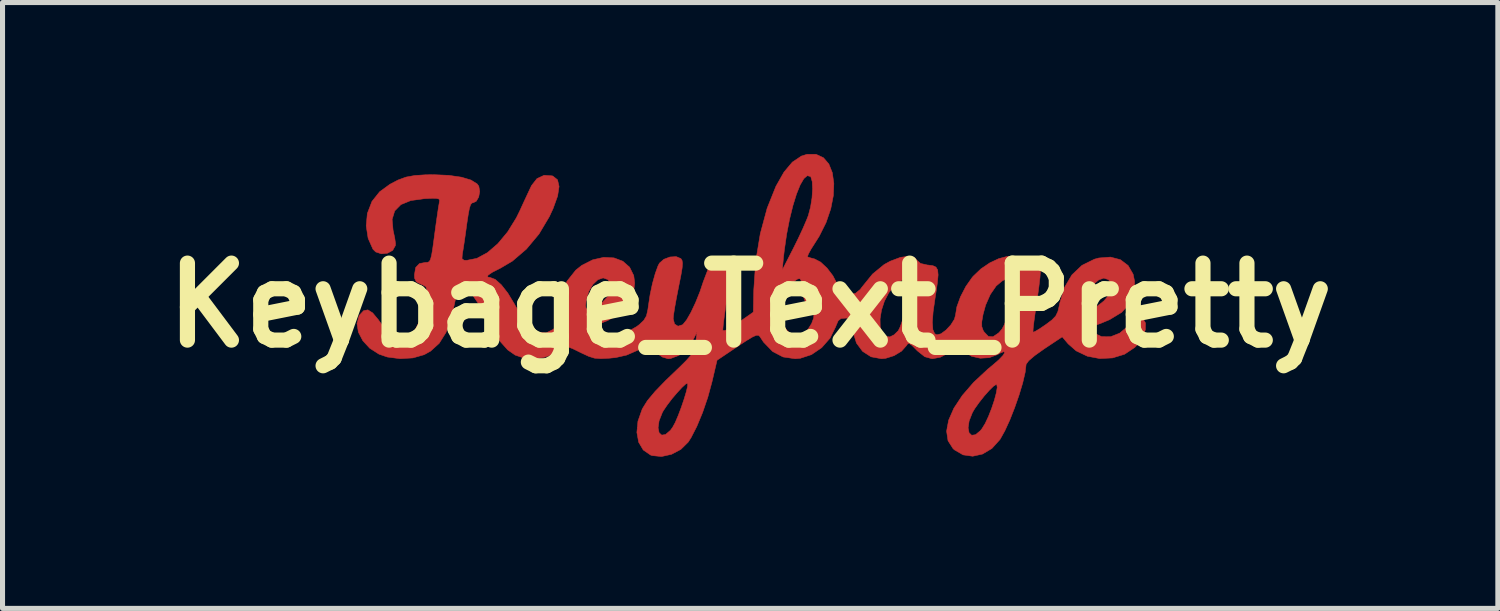
<source format=kicad_pcb>
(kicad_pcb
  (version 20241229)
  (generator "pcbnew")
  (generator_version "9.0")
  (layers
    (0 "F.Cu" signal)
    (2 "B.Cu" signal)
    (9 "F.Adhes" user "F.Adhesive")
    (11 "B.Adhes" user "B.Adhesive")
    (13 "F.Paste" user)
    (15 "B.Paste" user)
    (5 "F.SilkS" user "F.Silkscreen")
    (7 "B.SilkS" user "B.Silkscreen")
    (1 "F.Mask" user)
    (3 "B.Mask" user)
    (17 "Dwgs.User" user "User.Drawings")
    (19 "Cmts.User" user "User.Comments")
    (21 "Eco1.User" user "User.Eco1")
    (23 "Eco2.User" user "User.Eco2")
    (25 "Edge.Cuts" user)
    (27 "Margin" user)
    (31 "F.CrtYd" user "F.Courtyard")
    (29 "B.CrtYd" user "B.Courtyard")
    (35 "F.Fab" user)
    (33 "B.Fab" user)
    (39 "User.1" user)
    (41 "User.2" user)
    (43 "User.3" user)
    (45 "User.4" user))
  (footprint "Keybage_Text_Pretty"
    (layer "F.Cu")
    (at 11.8 2.993)
    (property "Reference" "Keybage_Text_Pretty" (at 0 0 0) (layer "F.SilkS") (effects (font (size 1.524 1.524) (thickness 0.3))))
    (attr through_hole)
    (fp_poly (pts (xy 1.45 -2.921) (xy 1.557 -2.797) (xy 1.626 -2.624) (xy 1.656 -2.412) (xy 1.646 -2.171) (xy 1.595 -1.91) (xy 1.502 -1.638) (xy 1.366 -1.366) (xy 1.289 -1.244) (xy 1.207 -1.115) (xy 1.152 -1.015) (xy 1.134 -0.962) (xy 1.136 -0.958) (xy 1.195 -0.938) (xy 1.275 -0.917) (xy 1.394 -0.855) (xy 1.521 -0.737) (xy 1.636 -0.587) (xy 1.718 -0.43) (xy 1.737 -0.37) (xy 1.77 -0.258) (xy 1.808 -0.208) (xy 1.88 -0.199) (xy 1.95 -0.205) (xy 2.084 -0.236) (xy 2.179 -0.314) (xy 2.208 -0.354) (xy 2.422 -0.618) (xy 2.651 -0.806) (xy 2.773 -0.873) (xy 2.975 -0.949) (xy 3.139 -0.971) (xy 3.256 -0.94) (xy 3.301 -0.891) (xy 3.372 -0.828) (xy 3.508 -0.797) (xy 3.524 -0.796) (xy 3.616 -0.784) (xy 3.677 -0.756) (xy 3.711 -0.699) (xy 3.72 -0.601) (xy 3.706 -0.448) (xy 3.674 -0.228) (xy 3.662 -0.154) (xy 3.621 0.13) (xy 3.606 0.34) (xy 3.616 0.482) (xy 3.652 0.562) (xy 3.695 0.585) (xy 3.777 0.564) (xy 3.877 0.49) (xy 3.972 0.388) (xy 4.01 0.328) (xy 4.584 0.328) (xy 4.585 0.423) (xy 4.612 0.498) (xy 4.631 0.528) (xy 4.715 0.616) (xy 4.806 0.623) (xy 4.914 0.55) (xy 4.931 0.534) (xy 4.987 0.466) (xy 5.034 0.378) (xy 5.076 0.254) (xy 5.119 0.079) (xy 5.167 -0.162) (xy 5.178 -0.222) (xy 5.208 -0.402) (xy 5.211 -0.508) (xy 5.182 -0.552) (xy 5.113 -0.542) (xy 4.998 -0.488) (xy 4.995 -0.487) (xy 4.869 -0.382) (xy 4.753 -0.214) (xy 4.66 -0.003) (xy 4.609 0.183) (xy 4.584 0.328) (xy 4.01 0.328) (xy 4.042 0.278) (xy 4.064 0.196) (xy 4.091 0.031) (xy 4.163 -0.168) (xy 4.268 -0.371) (xy 4.393 -0.549) (xy 4.413 -0.573) (xy 4.568 -0.721) (xy 4.742 -0.839) (xy 4.92 -0.923) (xy 5.084 -0.966) (xy 5.222 -0.965) (xy 5.317 -0.914) (xy 5.334 -0.889) (xy 5.394 -0.829) (xy 5.504 -0.805) (xy 5.548 -0.804) (xy 5.684 -0.787) (xy 5.743 -0.739) (xy 5.745 -0.675) (xy 5.736 -0.545) (xy 5.715 -0.366) (xy 5.686 -0.154) (xy 5.675 -0.079) (xy 5.643 0.135) (xy 5.618 0.317) (xy 5.602 0.452) (xy 5.598 0.525) (xy 5.599 0.533) (xy 5.639 0.519) (xy 5.728 0.466) (xy 5.847 0.385) (xy 5.848 0.385) (xy 5.974 0.29) (xy 6.048 0.213) (xy 6.091 0.123) (xy 6.122 -0.008) (xy 6.128 -0.042) (xy 6.13 -0.048) (xy 6.646 -0.048) (xy 6.655 0.047) (xy 6.686 0.074) (xy 6.713 0.068) (xy 6.793 0.045) (xy 6.818 0.042) (xy 6.869 0.017) (xy 6.957 -0.049) (xy 7.005 -0.089) (xy 7.113 -0.218) (xy 7.156 -0.348) (xy 7.13 -0.462) (xy 7.09 -0.509) (xy 6.999 -0.538) (xy 6.896 -0.501) (xy 6.795 -0.414) (xy 6.711 -0.291) (xy 6.658 -0.147) (xy 6.646 -0.048) (xy 6.13 -0.048) (xy 6.22 -0.35) (xy 6.368 -0.601) (xy 6.567 -0.79) (xy 6.813 -0.912) (xy 6.901 -0.936) (xy 7.132 -0.954) (xy 7.329 -0.902) (xy 7.481 -0.787) (xy 7.58 -0.616) (xy 7.61 -0.473) (xy 7.598 -0.236) (xy 7.513 -0.033) (xy 7.353 0.14) (xy 7.114 0.285) (xy 6.937 0.359) (xy 6.679 0.452) (xy 6.795 0.544) (xy 6.957 0.621) (xy 7.134 0.623) (xy 7.314 0.552) (xy 7.481 0.412) (xy 7.499 0.391) (xy 7.605 0.278) (xy 7.684 0.23) (xy 7.749 0.24) (xy 7.77 0.256) (xy 7.825 0.351) (xy 7.822 0.484) (xy 7.766 0.634) (xy 7.663 0.782) (xy 7.613 0.834) (xy 7.411 0.969) (xy 7.173 1.042) (xy 6.921 1.055) (xy 6.674 1.008) (xy 6.452 0.902) (xy 6.294 0.763) (xy 6.177 0.625) (xy 5.819 0.863) (xy 5.635 0.994) (xy 5.514 1.097) (xy 5.462 1.168) (xy 5.461 1.178) (xy 5.443 1.329) (xy 5.395 1.535) (xy 5.323 1.775) (xy 5.235 2.027) (xy 5.139 2.271) (xy 5.041 2.485) (xy 4.95 2.648) (xy 4.941 2.661) (xy 4.784 2.835) (xy 4.599 2.945) (xy 4.405 2.988) (xy 4.214 2.961) (xy 4.043 2.862) (xy 4.015 2.836) (xy 3.916 2.681) (xy 3.888 2.492) (xy 3.9 2.426) (xy 4.314 2.426) (xy 4.333 2.524) (xy 4.384 2.573) (xy 4.461 2.562) (xy 4.558 2.481) (xy 4.587 2.445) (xy 4.651 2.341) (xy 4.717 2.2) (xy 4.78 2.039) (xy 4.834 1.878) (xy 4.872 1.734) (xy 4.89 1.625) (xy 4.881 1.57) (xy 4.873 1.566) (xy 4.82 1.598) (xy 4.735 1.681) (xy 4.633 1.796) (xy 4.531 1.925) (xy 4.443 2.049) (xy 4.398 2.126) (xy 4.334 2.29) (xy 4.314 2.426) (xy 3.9 2.426) (xy 3.928 2.275) (xy 4.032 2.038) (xy 4.199 1.785) (xy 4.423 1.526) (xy 4.704 1.264) (xy 4.8 1.185) (xy 4.925 1.077) (xy 5.006 0.991) (xy 5.039 0.935) (xy 5.02 0.918) (xy 4.945 0.948) (xy 4.9 0.974) (xy 4.735 1.037) (xy 4.554 1.048) (xy 4.384 1.01) (xy 4.25 0.928) (xy 4.2 0.864) (xy 4.17 0.832) (xy 4.12 0.836) (xy 4.033 0.881) (xy 3.957 0.928) (xy 3.763 1.029) (xy 3.601 1.059) (xy 3.455 1.018) (xy 3.311 0.903) (xy 3.297 0.889) (xy 3.204 0.795) (xy 3.149 0.756) (xy 3.116 0.765) (xy 3.092 0.8) (xy 2.996 0.908) (xy 2.849 0.997) (xy 2.682 1.05) (xy 2.599 1.058) (xy 2.393 1.02) (xy 2.225 0.912) (xy 2.103 0.747) (xy 2.039 0.536) (xy 2.032 0.428) (xy 2.028 0.317) (xy 2.003 0.271) (xy 2.571 0.271) (xy 2.574 0.425) (xy 2.609 0.545) (xy 2.679 0.616) (xy 2.765 0.626) (xy 2.848 0.585) (xy 2.932 0.503) (xy 2.933 0.501) (xy 2.969 0.427) (xy 3.014 0.298) (xy 3.063 0.133) (xy 3.111 -0.048) (xy 3.154 -0.225) (xy 3.186 -0.38) (xy 3.202 -0.492) (xy 3.198 -0.541) (xy 3.136 -0.55) (xy 3.036 -0.516) (xy 2.925 -0.449) (xy 2.858 -0.392) (xy 2.744 -0.249) (xy 2.657 -0.081) (xy 2.599 0.097) (xy 2.571 0.271) (xy 2.003 0.271) (xy 2.002 0.268) (xy 1.934 0.254) (xy 1.891 0.254) (xy 1.797 0.263) (xy 1.742 0.306) (xy 1.699 0.406) (xy 1.694 0.421) (xy 1.582 0.649) (xy 1.415 0.839) (xy 1.213 0.977) (xy 0.99 1.05) (xy 0.889 1.058) (xy 0.65 1.023) (xy 0.444 0.915) (xy 0.265 0.73) (xy 0.191 0.618) (xy 0.164 0.593) (xy 0.121 0.594) (xy 0.048 0.626) (xy -0.067 0.695) (xy -0.238 0.807) (xy -0.254 0.818) (xy -0.656 1.088) (xy -0.756 1.515) (xy -0.839 1.821) (xy -0.942 2.122) (xy -1.056 2.397) (xy -1.171 2.621) (xy -1.227 2.709) (xy -1.372 2.852) (xy -1.557 2.95) (xy -1.755 2.994) (xy -1.942 2.975) (xy -1.973 2.964) (xy -2.117 2.864) (xy -2.208 2.71) (xy -2.243 2.516) (xy -2.234 2.426) (xy -1.823 2.426) (xy -1.803 2.523) (xy -1.752 2.57) (xy -1.675 2.558) (xy -1.58 2.476) (xy -1.535 2.415) (xy -1.485 2.323) (xy -1.426 2.185) (xy -1.365 2.024) (xy -1.309 1.859) (xy -1.264 1.71) (xy -1.238 1.598) (xy -1.237 1.543) (xy -1.238 1.542) (xy -1.276 1.558) (xy -1.35 1.626) (xy -1.445 1.729) (xy -1.548 1.85) (xy -1.643 1.975) (xy -1.717 2.084) (xy -1.739 2.123) (xy -1.804 2.289) (xy -1.823 2.426) (xy -2.234 2.426) (xy -2.222 2.295) (xy -2.14 2.062) (xy -2.128 2.038) (xy -2.033 1.886) (xy -1.882 1.705) (xy -1.67 1.486) (xy -1.56 1.381) (xy -1.384 1.212) (xy -1.26 1.088) (xy -1.178 0.995) (xy -1.127 0.919) (xy -1.1 0.848) (xy -1.084 0.768) (xy -1.08 0.741) (xy -1.051 0.529) (xy -1.143 0.708) (xy -1.261 0.872) (xy -1.413 0.993) (xy -1.576 1.054) (xy -1.626 1.058) (xy -1.738 1.025) (xy -1.854 0.944) (xy -1.938 0.843) (xy -1.952 0.81) (xy -1.991 0.795) (xy -2.086 0.823) (xy -2.231 0.892) (xy -2.446 0.986) (xy -2.662 1.035) (xy -2.792 1.048) (xy -2.959 1.056) (xy -3.081 1.047) (xy -3.196 1.011) (xy -3.342 0.943) (xy -3.367 0.931) (xy -3.511 0.86) (xy -3.601 0.825) (xy -3.658 0.823) (xy -3.703 0.848) (xy -3.716 0.86) (xy -3.875 0.961) (xy -4.08 1.031) (xy -4.293 1.058) (xy -4.297 1.058) (xy -4.487 1.042) (xy -4.652 0.986) (xy -4.801 0.882) (xy -4.944 0.721) (xy -5.092 0.496) (xy -5.235 0.233) (xy -5.386 -0.042) (xy -5.518 -0.235) (xy -5.631 -0.347) (xy -5.719 -0.381) (xy -5.762 -0.362) (xy -5.796 -0.294) (xy -5.827 -0.162) (xy -5.839 -0.095) (xy -5.917 0.259) (xy -6.022 0.539) (xy -6.156 0.753) (xy -6.326 0.907) (xy -6.453 0.978) (xy -6.676 1.042) (xy -6.932 1.057) (xy -7.184 1.024) (xy -7.347 0.968) (xy -7.53 0.851) (xy -7.669 0.7) (xy -7.756 0.532) (xy -7.783 0.363) (xy -7.742 0.21) (xy -7.73 0.191) (xy -7.651 0.106) (xy -7.568 0.091) (xy -7.473 0.151) (xy -7.359 0.288) (xy -7.327 0.333) (xy -7.219 0.484) (xy -7.131 0.574) (xy -7.042 0.62) (xy -6.933 0.634) (xy -6.895 0.635) (xy -6.75 0.595) (xy -6.627 0.474) (xy -6.526 0.272) (xy -6.447 -0.012) (xy -6.414 -0.196) (xy -6.401 -0.308) (xy -6.419 -0.367) (xy -6.481 -0.403) (xy -6.516 -0.416) (xy -6.608 -0.462) (xy -6.643 -0.535) (xy -6.646 -0.603) (xy -6.622 -0.747) (xy -6.547 -0.826) (xy -6.433 -0.847) (xy -6.386 -0.849) (xy -6.353 -0.865) (xy -6.328 -0.909) (xy -6.306 -0.994) (xy -6.283 -1.133) (xy -6.255 -1.34) (xy -6.249 -1.386) (xy -6.22 -1.6) (xy -6.193 -1.79) (xy -6.171 -1.938) (xy -6.156 -2.023) (xy -6.156 -2.026) (xy -6.148 -2.077) (xy -6.164 -2.105) (xy -6.219 -2.117) (xy -6.33 -2.116) (xy -6.452 -2.11) (xy -6.719 -2.073) (xy -6.914 -1.993) (xy -7.037 -1.868) (xy -7.088 -1.699) (xy -7.069 -1.485) (xy -7.065 -1.468) (xy -7.036 -1.332) (xy -7.021 -1.224) (xy -7.022 -1.185) (xy -7.076 -1.088) (xy -7.179 -1.031) (xy -7.301 -1.019) (xy -7.413 -1.056) (xy -7.468 -1.111) (xy -7.563 -1.326) (xy -7.601 -1.573) (xy -7.578 -1.82) (xy -7.577 -1.821) (xy -7.487 -2.056) (xy -7.335 -2.247) (xy -7.132 -2.395) (xy -6.97 -2.48) (xy -6.815 -2.537) (xy -6.641 -2.569) (xy -6.425 -2.583) (xy -6.265 -2.585) (xy -5.966 -2.572) (xy -5.717 -2.536) (xy -5.527 -2.479) (xy -5.405 -2.403) (xy -5.372 -2.357) (xy -5.354 -2.253) (xy -5.374 -2.144) (xy -5.422 -2.06) (xy -5.478 -2.032) (xy -5.509 -2.024) (xy -5.535 -1.991) (xy -5.558 -1.92) (xy -5.581 -1.798) (xy -5.609 -1.614) (xy -5.63 -1.46) (xy -5.655 -1.284) (xy -5.679 -1.126) (xy -5.697 -1.017) (xy -5.699 -1.005) (xy -5.705 -0.922) (xy -5.665 -0.892) (xy -5.612 -0.889) (xy -5.41 -0.929) (xy -5.201 -1.042) (xy -4.995 -1.22) (xy -4.801 -1.453) (xy -4.629 -1.731) (xy -4.564 -1.863) (xy -4.482 -2.042) (xy -4.404 -2.209) (xy -4.344 -2.337) (xy -4.328 -2.37) (xy -4.221 -2.507) (xy -4.08 -2.573) (xy -3.919 -2.562) (xy -3.905 -2.557) (xy -3.814 -2.484) (xy -3.783 -2.352) (xy -3.812 -2.163) (xy -3.901 -1.916) (xy -3.975 -1.756) (xy -4.181 -1.41) (xy -4.43 -1.112) (xy -4.708 -0.874) (xy -4.94 -0.737) (xy -5.103 -0.654) (xy -5.19 -0.595) (xy -5.199 -0.56) (xy -5.147 -0.55) (xy -5.046 -0.512) (xy -4.926 -0.405) (xy -4.797 -0.24) (xy -4.669 -0.028) (xy -4.652 0.004) (xy -4.495 0.266) (xy -4.34 0.444) (xy -4.188 0.538) (xy -4.039 0.548) (xy -3.894 0.474) (xy -3.841 0.416) (xy -3.809 0.335) (xy -3.792 0.206) (xy -3.787 0.107) (xy -3.774 0.026) (xy -3.259 0.026) (xy -3.241 0.074) (xy -3.178 0.067) (xy -3.074 0.026) (xy -2.92 -0.065) (xy -2.811 -0.182) (xy -2.754 -0.308) (xy -2.758 -0.426) (xy -2.816 -0.509) (xy -2.911 -0.542) (xy -3.015 -0.506) (xy -3.113 -0.413) (xy -3.194 -0.277) (xy -3.244 -0.111) (xy -3.248 -0.086) (xy -3.259 0.026) (xy -3.774 0.026) (xy -3.738 -0.207) (xy -3.626 -0.477) (xy -3.453 -0.695) (xy -3.337 -0.788) (xy -3.117 -0.9) (xy -2.899 -0.949) (xy -2.696 -0.938) (xy -2.521 -0.872) (xy -2.387 -0.754) (xy -2.305 -0.588) (xy -2.286 -0.44) (xy -2.317 -0.196) (xy -2.414 0.005) (xy -2.581 0.169) (xy -2.823 0.303) (xy -2.923 0.343) (xy -3.075 0.407) (xy -3.146 0.462) (xy -3.141 0.515) (xy -3.062 0.573) (xy -3.045 0.581) (xy -2.874 0.625) (xy -2.669 0.61) (xy -2.453 0.54) (xy -2.246 0.421) (xy -2.194 0.382) (xy -2.105 0.297) (xy -2.053 0.209) (xy -2.025 0.083) (xy -2.015 0.012) (xy -1.982 -0.207) (xy -1.935 -0.429) (xy -1.88 -0.627) (xy -1.825 -0.779) (xy -1.796 -0.834) (xy -1.71 -0.91) (xy -1.588 -0.956) (xy -1.464 -0.963) (xy -1.373 -0.925) (xy -1.372 -0.925) (xy -1.349 -0.889) (xy -1.34 -0.832) (xy -1.347 -0.738) (xy -1.371 -0.594) (xy -1.413 -0.384) (xy -1.418 -0.358) (xy -1.459 -0.15) (xy -1.493 0.037) (xy -1.516 0.184) (xy -1.524 0.266) (xy -1.497 0.371) (xy -1.429 0.414) (xy -1.34 0.386) (xy -1.33 0.378) (xy -1.258 0.289) (xy -1.172 0.139) (xy -1.081 -0.054) (xy -0.994 -0.27) (xy -0.929 -0.465) (xy -0.837 -0.706) (xy -0.734 -0.871) (xy -0.622 -0.96) (xy -0.503 -0.968) (xy -0.413 -0.921) (xy -0.388 -0.894) (xy -0.374 -0.853) (xy -0.371 -0.785) (xy -0.381 -0.675) (xy -0.402 -0.511) (xy -0.438 -0.28) (xy -0.449 -0.212) (xy -0.484 0.017) (xy -0.512 0.218) (xy -0.532 0.375) (xy -0.541 0.473) (xy -0.541 0.497) (xy -0.503 0.501) (xy -0.41 0.456) (xy -0.27 0.368) (xy -0.234 0.343) (xy 0.055 0.141) (xy 0.603 0.141) (xy 0.614 0.257) (xy 0.671 0.426) (xy 0.767 0.54) (xy 0.885 0.594) (xy 1.011 0.581) (xy 1.129 0.495) (xy 1.141 0.48) (xy 1.216 0.361) (xy 1.258 0.248) (xy 1.26 0.165) (xy 1.233 0.136) (xy 1.17 0.079) (xy 1.106 -0.034) (xy 1.052 -0.175) (xy 1.02 -0.318) (xy 1.016 -0.378) (xy 1.01 -0.485) (xy 0.987 -0.527) (xy 0.942 -0.522) (xy 0.8 -0.429) (xy 0.691 -0.275) (xy 0.622 -0.079) (xy 0.603 0.141) (xy 0.055 0.141) (xy 0.062 0.136) (xy 0.071 -0.302) (xy 0.098 -0.699) (xy 0.635 -0.699) (xy 0.852 -1.122) (xy 0.951 -1.322) (xy 1.044 -1.521) (xy 1.118 -1.693) (xy 1.151 -1.778) (xy 1.195 -1.944) (xy 1.224 -2.127) (xy 1.235 -2.302) (xy 1.228 -2.448) (xy 1.201 -2.54) (xy 1.193 -2.549) (xy 1.131 -2.566) (xy 1.063 -2.508) (xy 0.99 -2.384) (xy 0.917 -2.203) (xy 0.846 -1.974) (xy 0.78 -1.707) (xy 0.722 -1.409) (xy 0.676 -1.092) (xy 0.66 -0.953) (xy 0.635 -0.699) (xy 0.098 -0.699) (xy 0.11 -0.872) (xy 0.2 -1.418) (xy 0.336 -1.922) (xy 0.509 -2.354) (xy 0.668 -2.635) (xy 0.835 -2.834) (xy 1.014 -2.954) (xy 1.124 -2.988) (xy 1.305 -2.988) (xy 1.45 -2.921)) (stroke (width 0.01) (type solid)) (fill yes) (layer "F.Cu"))
    (fp_poly (pts (xy 1.45 -2.921) (xy 1.557 -2.797) (xy 1.626 -2.624) (xy 1.656 -2.412) (xy 1.646 -2.171) (xy 1.595 -1.91) (xy 1.502 -1.638) (xy 1.366 -1.366) (xy 1.289 -1.244) (xy 1.207 -1.115) (xy 1.152 -1.015) (xy 1.134 -0.962) (xy 1.136 -0.958) (xy 1.195 -0.938) (xy 1.275 -0.917) (xy 1.394 -0.855) (xy 1.521 -0.737) (xy 1.636 -0.587) (xy 1.718 -0.43) (xy 1.737 -0.37) (xy 1.77 -0.258) (xy 1.808 -0.208) (xy 1.88 -0.199) (xy 1.95 -0.205) (xy 2.084 -0.236) (xy 2.179 -0.314) (xy 2.208 -0.354) (xy 2.422 -0.618) (xy 2.651 -0.806) (xy 2.773 -0.873) (xy 2.975 -0.949) (xy 3.139 -0.971) (xy 3.256 -0.94) (xy 3.301 -0.891) (xy 3.372 -0.828) (xy 3.508 -0.797) (xy 3.524 -0.796) (xy 3.616 -0.784) (xy 3.677 -0.756) (xy 3.711 -0.699) (xy 3.72 -0.601) (xy 3.706 -0.448) (xy 3.674 -0.228) (xy 3.662 -0.154) (xy 3.621 0.13) (xy 3.606 0.34) (xy 3.616 0.482) (xy 3.652 0.562) (xy 3.695 0.585) (xy 3.777 0.564) (xy 3.877 0.49) (xy 3.972 0.388) (xy 4.01 0.328) (xy 4.584 0.328) (xy 4.585 0.423) (xy 4.612 0.498) (xy 4.631 0.528) (xy 4.715 0.616) (xy 4.806 0.623) (xy 4.914 0.55) (xy 4.931 0.534) (xy 4.987 0.466) (xy 5.034 0.378) (xy 5.076 0.254) (xy 5.119 0.079) (xy 5.167 -0.162) (xy 5.178 -0.222) (xy 5.208 -0.402) (xy 5.211 -0.508) (xy 5.182 -0.552) (xy 5.113 -0.542) (xy 4.998 -0.488) (xy 4.995 -0.487) (xy 4.869 -0.382) (xy 4.753 -0.214) (xy 4.66 -0.003) (xy 4.609 0.183) (xy 4.584 0.328) (xy 4.01 0.328) (xy 4.042 0.278) (xy 4.064 0.196) (xy 4.091 0.031) (xy 4.163 -0.168) (xy 4.268 -0.371) (xy 4.393 -0.549) (xy 4.413 -0.573) (xy 4.568 -0.721) (xy 4.742 -0.839) (xy 4.92 -0.923) (xy 5.084 -0.966) (xy 5.222 -0.965) (xy 5.317 -0.914) (xy 5.334 -0.889) (xy 5.394 -0.829) (xy 5.504 -0.805) (xy 5.548 -0.804) (xy 5.684 -0.787) (xy 5.743 -0.739) (xy 5.745 -0.675) (xy 5.736 -0.545) (xy 5.715 -0.366) (xy 5.686 -0.154) (xy 5.675 -0.079) (xy 5.643 0.135) (xy 5.618 0.317) (xy 5.602 0.452) (xy 5.598 0.525) (xy 5.599 0.533) (xy 5.639 0.519) (xy 5.728 0.466) (xy 5.847 0.385) (xy 5.848 0.385) (xy 5.974 0.29) (xy 6.048 0.213) (xy 6.091 0.123) (xy 6.122 -0.008) (xy 6.128 -0.042) (xy 6.13 -0.048) (xy 6.646 -0.048) (xy 6.655 0.047) (xy 6.686 0.074) (xy 6.713 0.068) (xy 6.793 0.045) (xy 6.818 0.042) (xy 6.869 0.017) (xy 6.957 -0.049) (xy 7.005 -0.089) (xy 7.113 -0.218) (xy 7.156 -0.348) (xy 7.13 -0.462) (xy 7.09 -0.509) (xy 6.999 -0.538) (xy 6.896 -0.501) (xy 6.795 -0.414) (xy 6.711 -0.291) (xy 6.658 -0.147) (xy 6.646 -0.048) (xy 6.13 -0.048) (xy 6.22 -0.35) (xy 6.368 -0.601) (xy 6.567 -0.79) (xy 6.813 -0.912) (xy 6.901 -0.936) (xy 7.132 -0.954) (xy 7.329 -0.902) (xy 7.481 -0.787) (xy 7.58 -0.616) (xy 7.61 -0.473) (xy 7.598 -0.236) (xy 7.513 -0.033) (xy 7.353 0.14) (xy 7.114 0.285) (xy 6.937 0.359) (xy 6.679 0.452) (xy 6.795 0.544) (xy 6.957 0.621) (xy 7.134 0.623) (xy 7.314 0.552) (xy 7.481 0.412) (xy 7.499 0.391) (xy 7.605 0.278) (xy 7.684 0.23) (xy 7.749 0.24) (xy 7.77 0.256) (xy 7.825 0.351) (xy 7.822 0.484) (xy 7.766 0.634) (xy 7.663 0.782) (xy 7.613 0.834) (xy 7.411 0.969) (xy 7.173 1.042) (xy 6.921 1.055) (xy 6.674 1.008) (xy 6.452 0.902) (xy 6.294 0.763) (xy 6.177 0.625) (xy 5.819 0.863) (xy 5.635 0.994) (xy 5.514 1.097) (xy 5.462 1.168) (xy 5.461 1.178) (xy 5.443 1.329) (xy 5.395 1.535) (xy 5.323 1.775) (xy 5.235 2.027) (xy 5.139 2.271) (xy 5.041 2.485) (xy 4.95 2.648) (xy 4.941 2.661) (xy 4.784 2.835) (xy 4.599 2.945) (xy 4.405 2.988) (xy 4.214 2.961) (xy 4.043 2.862) (xy 4.015 2.836) (xy 3.916 2.681) (xy 3.888 2.492) (xy 3.9 2.426) (xy 4.314 2.426) (xy 4.333 2.524) (xy 4.384 2.573) (xy 4.461 2.562) (xy 4.558 2.481) (xy 4.587 2.445) (xy 4.651 2.341) (xy 4.717 2.2) (xy 4.78 2.039) (xy 4.834 1.878) (xy 4.872 1.734) (xy 4.89 1.625) (xy 4.881 1.57) (xy 4.873 1.566) (xy 4.82 1.598) (xy 4.735 1.681) (xy 4.633 1.796) (xy 4.531 1.925) (xy 4.443 2.049) (xy 4.398 2.126) (xy 4.334 2.29) (xy 4.314 2.426) (xy 3.9 2.426) (xy 3.928 2.275) (xy 4.032 2.038) (xy 4.199 1.785) (xy 4.423 1.526) (xy 4.704 1.264) (xy 4.8 1.185) (xy 4.925 1.077) (xy 5.006 0.991) (xy 5.039 0.935) (xy 5.02 0.918) (xy 4.945 0.948) (xy 4.9 0.974) (xy 4.735 1.037) (xy 4.554 1.048) (xy 4.384 1.01) (xy 4.25 0.928) (xy 4.2 0.864) (xy 4.17 0.832) (xy 4.12 0.836) (xy 4.033 0.881) (xy 3.957 0.928) (xy 3.763 1.029) (xy 3.601 1.059) (xy 3.455 1.018) (xy 3.311 0.903) (xy 3.297 0.889) (xy 3.204 0.795) (xy 3.149 0.756) (xy 3.116 0.765) (xy 3.092 0.8) (xy 2.996 0.908) (xy 2.849 0.997) (xy 2.682 1.05) (xy 2.599 1.058) (xy 2.393 1.02) (xy 2.225 0.912) (xy 2.103 0.747) (xy 2.039 0.536) (xy 2.032 0.428) (xy 2.028 0.317) (xy 2.003 0.271) (xy 2.571 0.271) (xy 2.574 0.425) (xy 2.609 0.545) (xy 2.679 0.616) (xy 2.765 0.626) (xy 2.848 0.585) (xy 2.932 0.503) (xy 2.933 0.501) (xy 2.969 0.427) (xy 3.014 0.298) (xy 3.063 0.133) (xy 3.111 -0.048) (xy 3.154 -0.225) (xy 3.186 -0.38) (xy 3.202 -0.492) (xy 3.198 -0.541) (xy 3.136 -0.55) (xy 3.036 -0.516) (xy 2.925 -0.449) (xy 2.858 -0.392) (xy 2.744 -0.249) (xy 2.657 -0.081) (xy 2.599 0.097) (xy 2.571 0.271) (xy 2.003 0.271) (xy 2.002 0.268) (xy 1.934 0.254) (xy 1.891 0.254) (xy 1.797 0.263) (xy 1.742 0.306) (xy 1.699 0.406) (xy 1.694 0.421) (xy 1.582 0.649) (xy 1.415 0.839) (xy 1.213 0.977) (xy 0.99 1.05) (xy 0.889 1.058) (xy 0.65 1.023) (xy 0.444 0.915) (xy 0.265 0.73) (xy 0.191 0.618) (xy 0.164 0.593) (xy 0.121 0.594) (xy 0.048 0.626) (xy -0.067 0.695) (xy -0.238 0.807) (xy -0.254 0.818) (xy -0.656 1.088) (xy -0.756 1.515) (xy -0.839 1.821) (xy -0.942 2.122) (xy -1.056 2.397) (xy -1.171 2.621) (xy -1.227 2.709) (xy -1.372 2.852) (xy -1.557 2.95) (xy -1.755 2.994) (xy -1.942 2.975) (xy -1.973 2.964) (xy -2.117 2.864) (xy -2.208 2.71) (xy -2.243 2.516) (xy -2.234 2.426) (xy -1.823 2.426) (xy -1.803 2.523) (xy -1.752 2.57) (xy -1.675 2.558) (xy -1.58 2.476) (xy -1.535 2.415) (xy -1.485 2.323) (xy -1.426 2.185) (xy -1.365 2.024) (xy -1.309 1.859) (xy -1.264 1.71) (xy -1.238 1.598) (xy -1.237 1.543) (xy -1.238 1.542) (xy -1.276 1.558) (xy -1.35 1.626) (xy -1.445 1.729) (xy -1.548 1.85) (xy -1.643 1.975) (xy -1.717 2.084) (xy -1.739 2.123) (xy -1.804 2.289) (xy -1.823 2.426) (xy -2.234 2.426) (xy -2.222 2.295) (xy -2.14 2.062) (xy -2.128 2.038) (xy -2.033 1.886) (xy -1.882 1.705) (xy -1.67 1.486) (xy -1.56 1.381) (xy -1.384 1.212) (xy -1.26 1.088) (xy -1.178 0.995) (xy -1.127 0.919) (xy -1.1 0.848) (xy -1.084 0.768) (xy -1.08 0.741) (xy -1.051 0.529) (xy -1.143 0.708) (xy -1.261 0.872) (xy -1.413 0.993) (xy -1.576 1.054) (xy -1.626 1.058) (xy -1.738 1.025) (xy -1.854 0.944) (xy -1.938 0.843) (xy -1.952 0.81) (xy -1.991 0.795) (xy -2.086 0.823) (xy -2.231 0.892) (xy -2.446 0.986) (xy -2.662 1.035) (xy -2.792 1.048) (xy -2.959 1.056) (xy -3.081 1.047) (xy -3.196 1.011) (xy -3.342 0.943) (xy -3.367 0.931) (xy -3.511 0.86) (xy -3.601 0.825) (xy -3.658 0.823) (xy -3.703 0.848) (xy -3.716 0.86) (xy -3.875 0.961) (xy -4.08 1.031) (xy -4.293 1.058) (xy -4.297 1.058) (xy -4.487 1.042) (xy -4.652 0.986) (xy -4.801 0.882) (xy -4.944 0.721) (xy -5.092 0.496) (xy -5.235 0.233) (xy -5.386 -0.042) (xy -5.518 -0.235) (xy -5.631 -0.347) (xy -5.719 -0.381) (xy -5.762 -0.362) (xy -5.796 -0.294) (xy -5.827 -0.162) (xy -5.839 -0.095) (xy -5.917 0.259) (xy -6.022 0.539) (xy -6.156 0.753) (xy -6.326 0.907) (xy -6.453 0.978) (xy -6.676 1.042) (xy -6.932 1.057) (xy -7.184 1.024) (xy -7.347 0.968) (xy -7.53 0.851) (xy -7.669 0.7) (xy -7.756 0.532) (xy -7.783 0.363) (xy -7.742 0.21) (xy -7.73 0.191) (xy -7.651 0.106) (xy -7.568 0.091) (xy -7.473 0.151) (xy -7.359 0.288) (xy -7.327 0.333) (xy -7.219 0.484) (xy -7.131 0.574) (xy -7.042 0.62) (xy -6.933 0.634) (xy -6.895 0.635) (xy -6.75 0.595) (xy -6.627 0.474) (xy -6.526 0.272) (xy -6.447 -0.012) (xy -6.414 -0.196) (xy -6.401 -0.308) (xy -6.419 -0.367) (xy -6.481 -0.403) (xy -6.516 -0.416) (xy -6.608 -0.462) (xy -6.643 -0.535) (xy -6.646 -0.603) (xy -6.622 -0.747) (xy -6.547 -0.826) (xy -6.433 -0.847) (xy -6.386 -0.849) (xy -6.353 -0.865) (xy -6.328 -0.909) (xy -6.306 -0.994) (xy -6.283 -1.133) (xy -6.255 -1.34) (xy -6.249 -1.386) (xy -6.22 -1.6) (xy -6.193 -1.79) (xy -6.171 -1.938) (xy -6.156 -2.023) (xy -6.156 -2.026) (xy -6.148 -2.077) (xy -6.164 -2.105) (xy -6.219 -2.117) (xy -6.33 -2.116) (xy -6.452 -2.11) (xy -6.719 -2.073) (xy -6.914 -1.993) (xy -7.037 -1.868) (xy -7.088 -1.699) (xy -7.069 -1.485) (xy -7.065 -1.468) (xy -7.036 -1.332) (xy -7.021 -1.224) (xy -7.022 -1.185) (xy -7.076 -1.088) (xy -7.179 -1.031) (xy -7.301 -1.019) (xy -7.413 -1.056) (xy -7.468 -1.111) (xy -7.563 -1.326) (xy -7.601 -1.573) (xy -7.578 -1.82) (xy -7.577 -1.821) (xy -7.487 -2.056) (xy -7.335 -2.247) (xy -7.132 -2.395) (xy -6.97 -2.48) (xy -6.815 -2.537) (xy -6.641 -2.569) (xy -6.425 -2.583) (xy -6.265 -2.585) (xy -5.966 -2.572) (xy -5.717 -2.536) (xy -5.527 -2.479) (xy -5.405 -2.403) (xy -5.372 -2.357) (xy -5.354 -2.253) (xy -5.374 -2.144) (xy -5.422 -2.06) (xy -5.478 -2.032) (xy -5.509 -2.024) (xy -5.535 -1.991) (xy -5.558 -1.92) (xy -5.581 -1.798) (xy -5.609 -1.614) (xy -5.63 -1.46) (xy -5.655 -1.284) (xy -5.679 -1.126) (xy -5.697 -1.017) (xy -5.699 -1.005) (xy -5.705 -0.922) (xy -5.665 -0.892) (xy -5.612 -0.889) (xy -5.41 -0.929) (xy -5.201 -1.042) (xy -4.995 -1.22) (xy -4.801 -1.453) (xy -4.629 -1.731) (xy -4.564 -1.863) (xy -4.482 -2.042) (xy -4.404 -2.209) (xy -4.344 -2.337) (xy -4.328 -2.37) (xy -4.221 -2.507) (xy -4.08 -2.573) (xy -3.919 -2.562) (xy -3.905 -2.557) (xy -3.814 -2.484) (xy -3.783 -2.352) (xy -3.812 -2.163) (xy -3.901 -1.916) (xy -3.975 -1.756) (xy -4.181 -1.41) (xy -4.43 -1.112) (xy -4.708 -0.874) (xy -4.94 -0.737) (xy -5.103 -0.654) (xy -5.19 -0.595) (xy -5.199 -0.56) (xy -5.147 -0.55) (xy -5.046 -0.512) (xy -4.926 -0.405) (xy -4.797 -0.24) (xy -4.669 -0.028) (xy -4.652 0.004) (xy -4.495 0.266) (xy -4.34 0.444) (xy -4.188 0.538) (xy -4.039 0.548) (xy -3.894 0.474) (xy -3.841 0.416) (xy -3.809 0.335) (xy -3.792 0.206) (xy -3.787 0.107) (xy -3.774 0.026) (xy -3.259 0.026) (xy -3.241 0.074) (xy -3.178 0.067) (xy -3.074 0.026) (xy -2.92 -0.065) (xy -2.811 -0.182) (xy -2.754 -0.308) (xy -2.758 -0.426) (xy -2.816 -0.509) (xy -2.911 -0.542) (xy -3.015 -0.506) (xy -3.113 -0.413) (xy -3.194 -0.277) (xy -3.244 -0.111) (xy -3.248 -0.086) (xy -3.259 0.026) (xy -3.774 0.026) (xy -3.738 -0.207) (xy -3.626 -0.477) (xy -3.453 -0.695) (xy -3.337 -0.788) (xy -3.117 -0.9) (xy -2.899 -0.949) (xy -2.696 -0.938) (xy -2.521 -0.872) (xy -2.387 -0.754) (xy -2.305 -0.588) (xy -2.286 -0.44) (xy -2.317 -0.196) (xy -2.414 0.005) (xy -2.581 0.169) (xy -2.823 0.303) (xy -2.923 0.343) (xy -3.075 0.407) (xy -3.146 0.462) (xy -3.141 0.515) (xy -3.062 0.573) (xy -3.045 0.581) (xy -2.874 0.625) (xy -2.669 0.61) (xy -2.453 0.54) (xy -2.246 0.421) (xy -2.194 0.382) (xy -2.105 0.297) (xy -2.053 0.209) (xy -2.025 0.083) (xy -2.015 0.012) (xy -1.982 -0.207) (xy -1.935 -0.429) (xy -1.88 -0.627) (xy -1.825 -0.779) (xy -1.796 -0.834) (xy -1.71 -0.91) (xy -1.588 -0.956) (xy -1.464 -0.963) (xy -1.373 -0.925) (xy -1.372 -0.925) (xy -1.349 -0.889) (xy -1.34 -0.832) (xy -1.347 -0.738) (xy -1.371 -0.594) (xy -1.413 -0.384) (xy -1.418 -0.358) (xy -1.459 -0.15) (xy -1.493 0.037) (xy -1.516 0.184) (xy -1.524 0.266) (xy -1.497 0.371) (xy -1.429 0.414) (xy -1.34 0.386) (xy -1.33 0.378) (xy -1.258 0.289) (xy -1.172 0.139) (xy -1.081 -0.054) (xy -0.994 -0.27) (xy -0.929 -0.465) (xy -0.837 -0.706) (xy -0.734 -0.871) (xy -0.622 -0.96) (xy -0.503 -0.968) (xy -0.413 -0.921) (xy -0.388 -0.894) (xy -0.374 -0.853) (xy -0.371 -0.785) (xy -0.381 -0.675) (xy -0.402 -0.511) (xy -0.438 -0.28) (xy -0.449 -0.212) (xy -0.484 0.017) (xy -0.512 0.218) (xy -0.532 0.375) (xy -0.541 0.473) (xy -0.541 0.497) (xy -0.503 0.501) (xy -0.41 0.456) (xy -0.27 0.368) (xy -0.234 0.343) (xy 0.055 0.141) (xy 0.603 0.141) (xy 0.614 0.257) (xy 0.671 0.426) (xy 0.767 0.54) (xy 0.885 0.594) (xy 1.011 0.581) (xy 1.129 0.495) (xy 1.141 0.48) (xy 1.216 0.361) (xy 1.258 0.248) (xy 1.26 0.165) (xy 1.233 0.136) (xy 1.17 0.079) (xy 1.106 -0.034) (xy 1.052 -0.175) (xy 1.02 -0.318) (xy 1.016 -0.378) (xy 1.01 -0.485) (xy 0.987 -0.527) (xy 0.942 -0.522) (xy 0.8 -0.429) (xy 0.691 -0.275) (xy 0.622 -0.079) (xy 0.603 0.141) (xy 0.055 0.141) (xy 0.062 0.136) (xy 0.071 -0.302) (xy 0.098 -0.699) (xy 0.635 -0.699) (xy 0.852 -1.122) (xy 0.951 -1.322) (xy 1.044 -1.521) (xy 1.118 -1.693) (xy 1.151 -1.778) (xy 1.195 -1.944) (xy 1.224 -2.127) (xy 1.235 -2.302) (xy 1.228 -2.448) (xy 1.201 -2.54) (xy 1.193 -2.549) (xy 1.131 -2.566) (xy 1.063 -2.508) (xy 0.99 -2.384) (xy 0.917 -2.203) (xy 0.846 -1.974) (xy 0.78 -1.707) (xy 0.722 -1.409) (xy 0.676 -1.092) (xy 0.66 -0.953) (xy 0.635 -0.699) (xy 0.098 -0.699) (xy 0.11 -0.872) (xy 0.2 -1.418) (xy 0.336 -1.922) (xy 0.509 -2.354) (xy 0.668 -2.635) (xy 0.835 -2.834) (xy 1.014 -2.954) (xy 1.124 -2.988) (xy 1.305 -2.988) (xy 1.45 -2.921)) (stroke (width 0.01) (type solid)) (fill yes) (layer "F.Mask")))
  (gr_rect
    (start -3 -3)
    (end 26.6 8.993)
    (stroke (width 0.1) (type default))
    (fill no)
    (layer "Edge.Cuts")))
</source>
